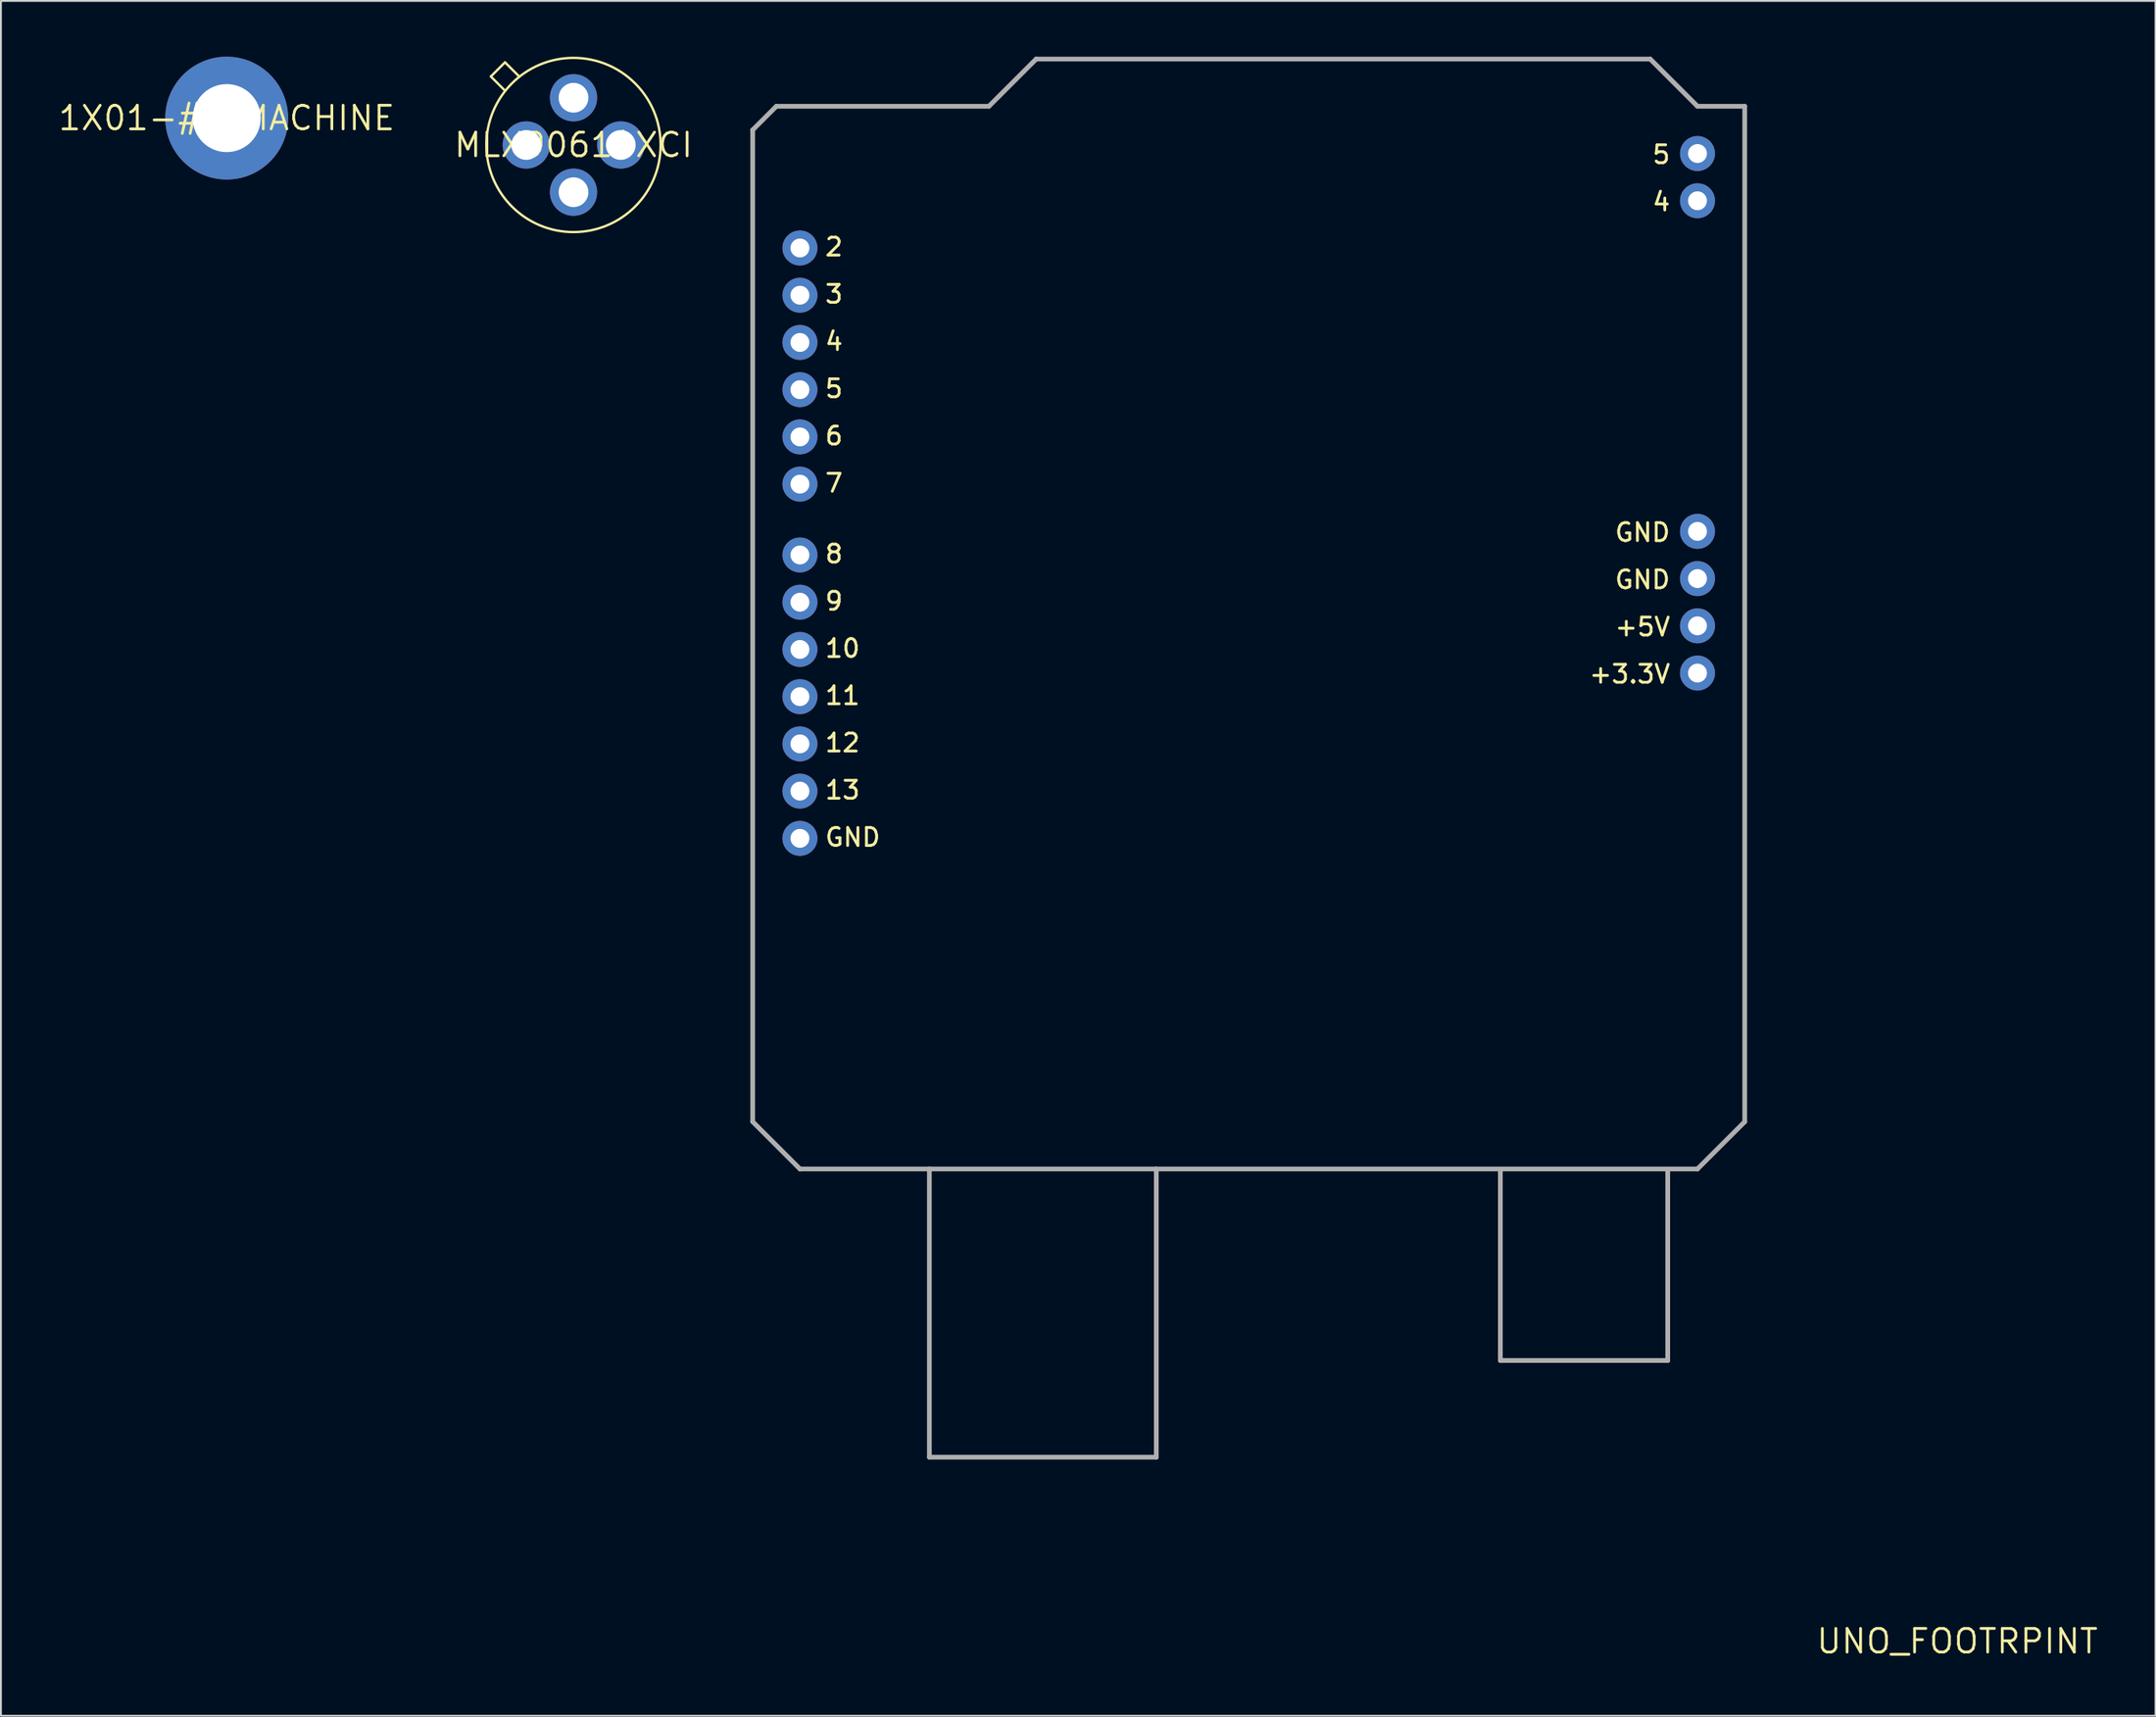
<source format=kicad_pcb>
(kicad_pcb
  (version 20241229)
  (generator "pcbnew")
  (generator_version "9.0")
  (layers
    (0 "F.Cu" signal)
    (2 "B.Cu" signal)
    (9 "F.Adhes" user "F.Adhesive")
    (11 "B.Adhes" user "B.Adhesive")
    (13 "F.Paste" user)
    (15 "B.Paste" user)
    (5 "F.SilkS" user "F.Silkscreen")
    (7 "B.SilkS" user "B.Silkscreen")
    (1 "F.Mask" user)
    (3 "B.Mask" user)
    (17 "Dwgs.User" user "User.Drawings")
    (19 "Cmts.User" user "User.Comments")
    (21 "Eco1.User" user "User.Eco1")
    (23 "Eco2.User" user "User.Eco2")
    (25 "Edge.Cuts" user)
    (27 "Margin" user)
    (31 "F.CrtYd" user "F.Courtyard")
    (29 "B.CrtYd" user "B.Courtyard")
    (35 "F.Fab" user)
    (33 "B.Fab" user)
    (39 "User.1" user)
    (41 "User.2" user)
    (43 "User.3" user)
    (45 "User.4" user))
  (footprint "MLX90614XCI"
    (layer "F.Cu")
    (at 27.787 4.747)
    (property "Reference" "MLX90614XCI" (at 0 0 0) (layer "F.SilkS") (effects (font (size 1.27 1.27) (thickness 0.15))))
    (attr through_hole)
    (fp_line (start -4.445 -3.683) (end -3.683 -2.921) (stroke (width 0.127) (type solid)) (layer "F.SilkS"))
    (fp_line (start -3.683 -4.445) (end -4.445 -3.683) (stroke (width 0.127) (type solid)) (layer "F.SilkS"))
    (fp_line (start -2.921 -3.683) (end -3.683 -4.445) (stroke (width 0.127) (type solid)) (layer "F.SilkS"))
    (fp_circle (center 0 0) (end 4.684 0) (stroke (width 0.127) (type solid)) (fill no) (layer "F.SilkS"))
    (pad "1" thru_hole circle (at -2.54 0) (size 2.54 2.54) (drill 1.6) (layers "*.Cu" "*.Mask"))
    (pad "2" thru_hole circle (at 0 2.54) (size 2.54 2.54) (drill 1.6) (layers "*.Cu" "*.Mask"))
    (pad "3" thru_hole circle (at 2.54 0) (size 2.54 2.54) (drill 1.6) (layers "*.Cu" "*.Mask"))
    (pad "4" thru_hole circle (at 0 -2.54) (size 2.54 2.54) (drill 1.6) (layers "*.Cu" "*.Mask")))
  (footprint "UNO_FOOTRPINT"
    (layer "F.Cu")
    (at 102.192 85.217)
    (property "Reference" "UNO_FOOTRPINT" (at 0 0 0) (layer "F.SilkS") (effects (font (size 1.27 1.27) (thickness 0.15))))
    (attr through_hole)
    (fp_line (start -64.77 -81.28) (end -64.77 -27.94) (stroke (width 0.254) (type solid)) (layer "F.Fab"))
    (fp_line (start -64.77 -27.94) (end -62.23 -25.4) (stroke (width 0.254) (type solid)) (layer "F.Fab"))
    (fp_line (start -63.5 -82.55) (end -64.77 -81.28) (stroke (width 0.254) (type solid)) (layer "F.Fab"))
    (fp_line (start -62.23 -25.4) (end -55.27 -25.4) (stroke (width 0.254) (type solid)) (layer "F.Fab"))
    (fp_line (start -55.27 -25.4) (end -43.07 -25.4) (stroke (width 0.254) (type solid)) (layer "F.Fab"))
    (fp_line (start -55.27 -9.9) (end -55.27 -25.4) (stroke (width 0.254) (type solid)) (layer "F.Fab"))
    (fp_line (start -55.27 -9.9) (end -43.07 -9.9) (stroke (width 0.254) (type solid)) (layer "F.Fab"))
    (fp_line (start -52.07 -82.55) (end -63.5 -82.55) (stroke (width 0.254) (type solid)) (layer "F.Fab"))
    (fp_line (start -49.53 -85.09) (end -52.07 -82.55) (stroke (width 0.254) (type solid)) (layer "F.Fab"))
    (fp_line (start -43.07 -25.4) (end -13.97 -25.4) (stroke (width 0.254) (type solid)) (layer "F.Fab"))
    (fp_line (start -43.07 -9.9) (end -43.07 -25.4) (stroke (width 0.254) (type solid)) (layer "F.Fab"))
    (fp_line (start -24.57 -15.1) (end -24.57 -25.3) (stroke (width 0.254) (type solid)) (layer "F.Fab"))
    (fp_line (start -24.57 -15.1) (end -15.57 -15.1) (stroke (width 0.254) (type solid)) (layer "F.Fab"))
    (fp_line (start -16.51 -85.09) (end -49.53 -85.09) (stroke (width 0.254) (type solid)) (layer "F.Fab"))
    (fp_line (start -15.57 -15.1) (end -15.57 -25.3) (stroke (width 0.254) (type solid)) (layer "F.Fab"))
    (fp_line (start -13.97 -82.55) (end -16.51 -85.09) (stroke (width 0.254) (type solid)) (layer "F.Fab"))
    (fp_line (start -13.97 -25.4) (end -11.43 -27.94) (stroke (width 0.254) (type solid)) (layer "F.Fab"))
    (fp_line (start -11.43 -82.55) (end -13.97 -82.55) (stroke (width 0.254) (type solid)) (layer "F.Fab"))
    (fp_line (start -11.43 -27.94) (end -11.43 -82.55) (stroke (width 0.254) (type solid)) (layer "F.Fab"))
    (fp_text user "+3.3V" (at -15.354 -52.578 0) (layer "F.SilkS") (effects (font (size 0.965 0.965) (thickness 0.152)) (justify right top)))
    (fp_text user "3" (at -60.96 -71.882 0) (layer "F.SilkS") (effects (font (size 0.965 0.965) (thickness 0.152)) (justify left bottom)))
    (fp_text user "10" (at -60.96 -52.832 0) (layer "F.SilkS") (effects (font (size 0.965 0.965) (thickness 0.152)) (justify left bottom)))
    (fp_text user "+5V" (at -15.354 -55.118 0) (layer "F.SilkS") (effects (font (size 0.965 0.965) (thickness 0.152)) (justify right top)))
    (fp_text user "12" (at -60.96 -47.752 0) (layer "F.SilkS") (effects (font (size 0.965 0.965) (thickness 0.152)) (justify left bottom)))
    (fp_text user "4" (at -15.354 -77.978 0) (layer "F.SilkS") (effects (font (size 0.965 0.965) (thickness 0.152)) (justify right top)))
    (fp_text user "9" (at -60.96 -55.372 0) (layer "F.SilkS") (effects (font (size 0.965 0.965) (thickness 0.152)) (justify left bottom)))
    (fp_text user "7" (at -60.96 -61.722 0) (layer "F.SilkS") (effects (font (size 0.965 0.965) (thickness 0.152)) (justify left bottom)))
    (fp_text user "11" (at -60.96 -50.292 0) (layer "F.SilkS") (effects (font (size 0.965 0.965) (thickness 0.152)) (justify left bottom)))
    (fp_text user "GND" (at -15.354 -60.198 0) (layer "F.SilkS") (effects (font (size 0.965 0.965) (thickness 0.152)) (justify right top)))
    (fp_text user "GND" (at -60.96 -42.672 0) (layer "F.SilkS") (effects (font (size 0.965 0.965) (thickness 0.152)) (justify left bottom)))
    (fp_text user "6" (at -60.96 -64.262 0) (layer "F.SilkS") (effects (font (size 0.965 0.965) (thickness 0.152)) (justify left bottom)))
    (fp_text user "5" (at -60.96 -66.802 0) (layer "F.SilkS") (effects (font (size 0.965 0.965) (thickness 0.152)) (justify left bottom)))
    (fp_text user "13" (at -60.96 -45.212 0) (layer "F.SilkS") (effects (font (size 0.965 0.965) (thickness 0.152)) (justify left bottom)))
    (fp_text user "4" (at -60.96 -69.342 0) (layer "F.SilkS") (effects (font (size 0.965 0.965) (thickness 0.152)) (justify left bottom)))
    (fp_text user "2" (at -60.96 -74.422 0) (layer "F.SilkS") (effects (font (size 0.965 0.965) (thickness 0.152)) (justify left bottom)))
    (fp_text user "GND" (at -15.354 -57.658 0) (layer "F.SilkS") (effects (font (size 0.965 0.965) (thickness 0.152)) (justify right top)))
    (fp_text user "5" (at -15.354 -80.518 0) (layer "F.SilkS") (effects (font (size 0.965 0.965) (thickness 0.152)) (justify right top)))
    (fp_text user "8" (at -60.96 -57.912 0) (layer "F.SilkS") (effects (font (size 0.965 0.965) (thickness 0.152)) (justify left bottom)))
    (pad "3.3V" thru_hole circle (at -13.97 -52.07 90) (size 1.88 1.88) (drill 1.016) (layers "*.Cu" "*.Mask"))
    (pad "5V" thru_hole circle (at -13.97 -54.61 90) (size 1.88 1.88) (drill 1.016) (layers "*.Cu" "*.Mask"))
    (pad "A4" thru_hole circle (at -13.97 -77.47 90) (size 1.88 1.88) (drill 1.016) (layers "*.Cu" "*.Mask"))
    (pad "A5" thru_hole circle (at -13.97 -80.01 90) (size 1.88 1.88) (drill 1.016) (layers "*.Cu" "*.Mask"))
    (pad "D2" thru_hole circle (at -62.23 -74.93 90) (size 1.88 1.88) (drill 1.016) (layers "*.Cu" "*.Mask"))
    (pad "D3" thru_hole circle (at -62.23 -72.39 90) (size 1.88 1.88) (drill 1.016) (layers "*.Cu" "*.Mask"))
    (pad "D4" thru_hole circle (at -62.23 -69.85 90) (size 1.88 1.88) (drill 1.016) (layers "*.Cu" "*.Mask"))
    (pad "D5" thru_hole circle (at -62.23 -67.31 90) (size 1.88 1.88) (drill 1.016) (layers "*.Cu" "*.Mask"))
    (pad "D6" thru_hole circle (at -62.23 -64.77 90) (size 1.88 1.88) (drill 1.016) (layers "*.Cu" "*.Mask"))
    (pad "D7" thru_hole circle (at -62.23 -62.23 90) (size 1.88 1.88) (drill 1.016) (layers "*.Cu" "*.Mask"))
    (pad "D8" thru_hole circle (at -62.23 -58.42 90) (size 1.88 1.88) (drill 1.016) (layers "*.Cu" "*.Mask"))
    (pad "D9" thru_hole circle (at -62.23 -55.88 90) (size 1.88 1.88) (drill 1.016) (layers "*.Cu" "*.Mask"))
    (pad "D10" thru_hole circle (at -62.23 -53.34 90) (size 1.88 1.88) (drill 1.016) (layers "*.Cu" "*.Mask"))
    (pad "D11" thru_hole circle (at -62.23 -50.8 90) (size 1.88 1.88) (drill 1.016) (layers "*.Cu" "*.Mask"))
    (pad "D12" thru_hole circle (at -62.23 -48.26 90) (size 1.88 1.88) (drill 1.016) (layers "*.Cu" "*.Mask"))
    (pad "D13" thru_hole circle (at -62.23 -45.72 90) (size 1.88 1.88) (drill 1.016) (layers "*.Cu" "*.Mask"))
    (pad "GND@0" thru_hole circle (at -13.97 -57.15 90) (size 1.88 1.88) (drill 1.016) (layers "*.Cu" "*.Mask"))
    (pad "GND@1" thru_hole circle (at -13.97 -59.69 90) (size 1.88 1.88) (drill 1.016) (layers "*.Cu" "*.Mask"))
    (pad "GND@2" thru_hole circle (at -62.23 -43.18 90) (size 1.88 1.88) (drill 1.016) (layers "*.Cu" "*.Mask")))
  (footprint "1X01-#6_MACHINE"
    (layer "F.Cu")
    (at 9.139 3.302)
    (property "Reference" "1X01-#6_MACHINE" (at 0 0 0) (layer "F.SilkS") (effects (font (size 1.27 1.27) (thickness 0.15))))
    (attr through_hole)
    (pad "1" thru_hole circle (at 0 0) (size 6.604 6.604) (drill 3.658) (layers "*.Cu" "*.Mask")))
  (gr_rect
    (start -3 -3)
    (end 112.85 89.223)
    (stroke (width 0.1) (type default))
    (fill no)
    (layer "Edge.Cuts")))
</source>
